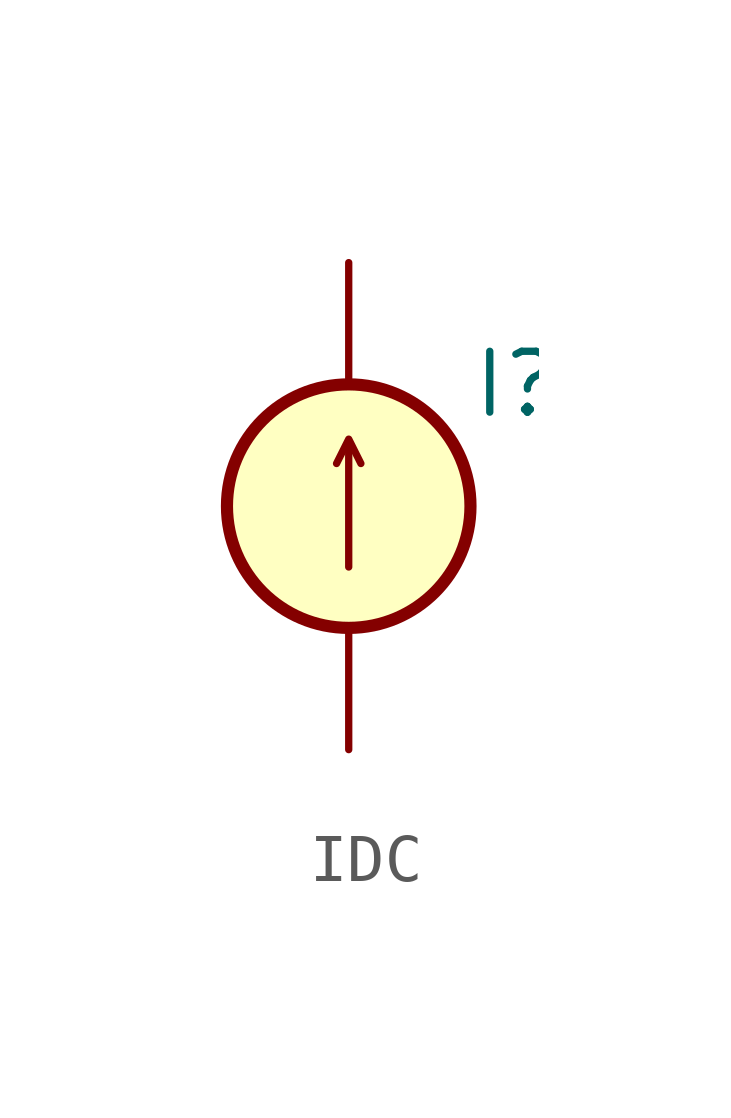
<source format=kicad_sym>
(kicad_symbol_lib
  (version 20231120)
  (generator "kicad_symbol_editor")
  (generator_version "8.0")
  (symbol "IDC"
    (pin_numbers hide)
    (pin_names
      (offset 0.025) hide)
    (property "Reference" "I"
      (at 2.54 2.54 0)
      (effects (font (size 1.27 1.27)) (justify left)))
    (symbol "IDC_0_0"
      (polyline (pts (xy 0 -1.27) (xy 0 1.27)) (stroke (width 0) (type solid)) (fill (type none))))
    (symbol "IDC_0_1"
      (polyline (pts (xy 0.254 0.889) (xy 0 1.397) (xy -0.254 0.889)) (stroke (width 0) (type solid)) (fill (type none)))
      (circle (center 0 0) (radius 2.54) (stroke (width 0.254) (type solid)) (fill (type background))))
    (symbol "IDC_1_1"
      (pin passive line (at 0 5.08 270) (length 2.54) (name "~" (effects (font (size 1.27 1.27)))) (number "1" (effects (font (size 1.27 1.27)))))
      (pin passive line (at 0 -5.08 90) (length 2.54) (name "~" (effects (font (size 1.27 1.27)))) (number "2" (effects (font (size 1.27 1.27))))))))
</source>
